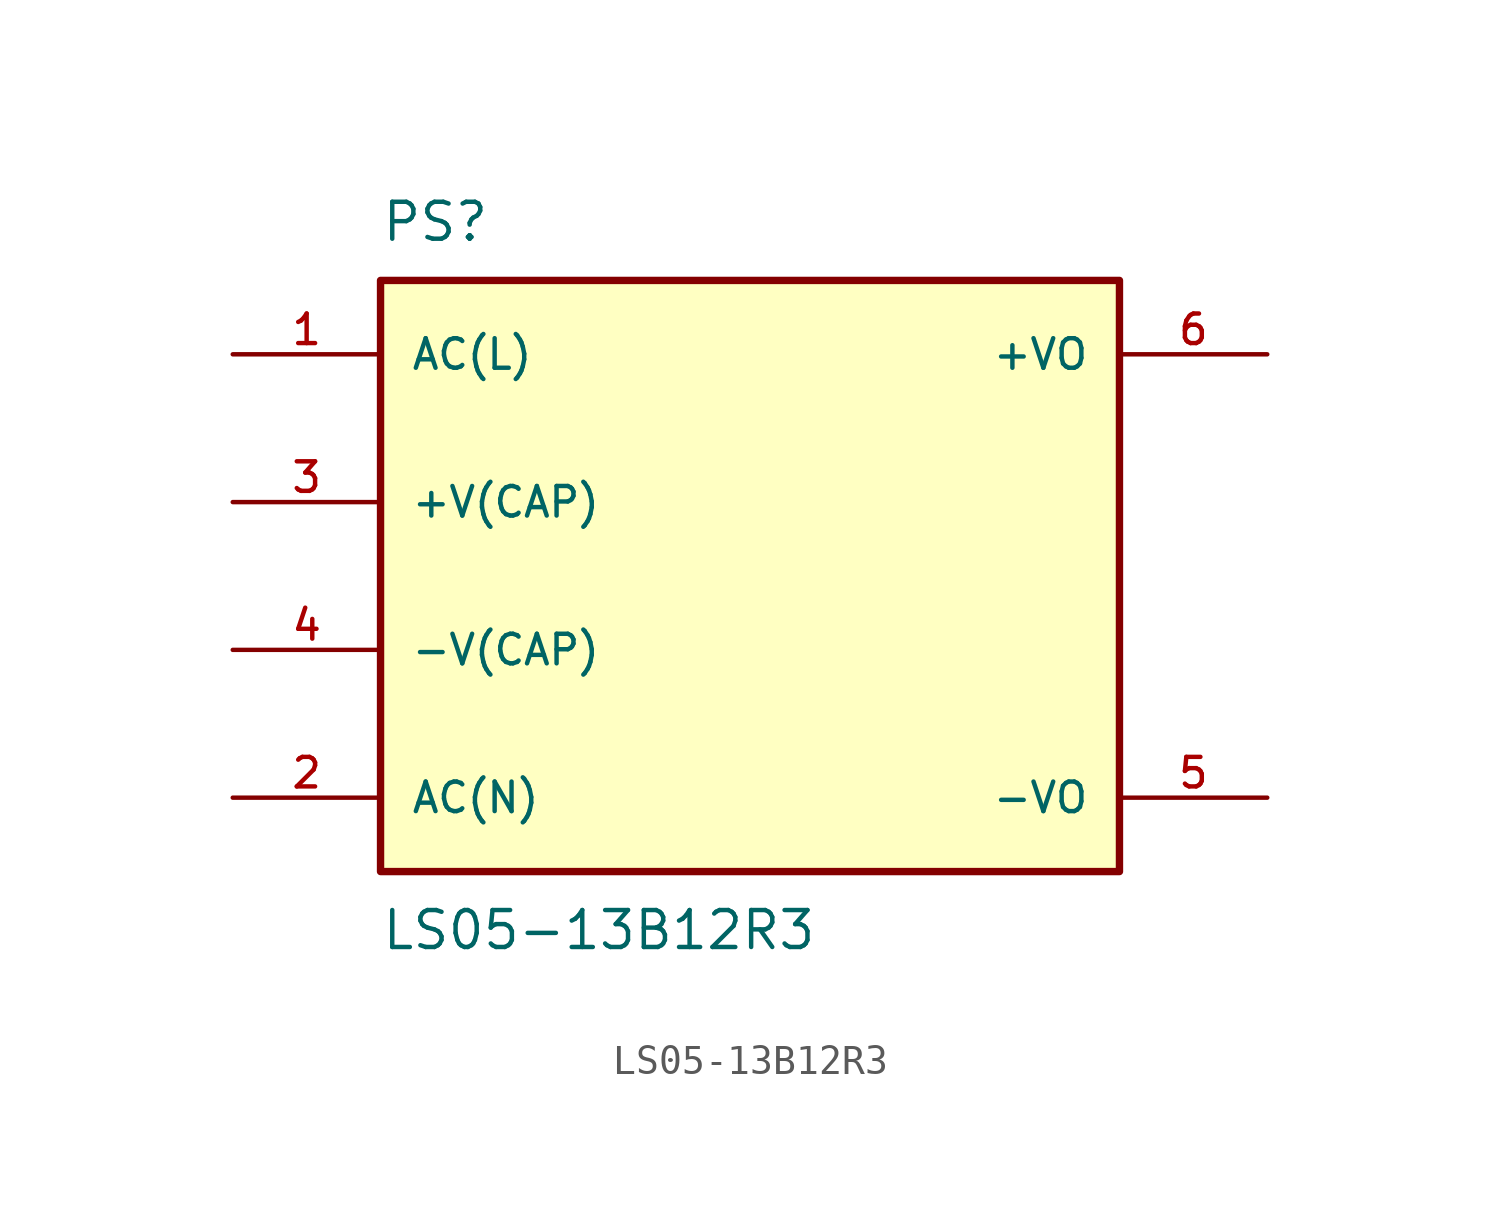
<source format=kicad_sym>
(kicad_symbol_lib
  (version 20211014)
  (generator kicad_symbol_editor)
  (symbol "LS05-13B12R3"
    (pin_names
      (offset 1.016))
    (property "Reference" "PS"
      (at -12.7 11.43 0)
      (effects (font (size 1.27 1.27)) (justify bottom left)))
    (property "Value" "LS05-13B12R3"
      (at -12.7 -11.43 0)
      (effects (font (size 1.27 1.27)) (justify top left)))
    (symbol "LS05-13B12R3_0_0"
      (rectangle (start -12.7 -10.16) (end 12.7 10.16) (stroke (width 0.254)) (fill (type background)))
      (pin input line (at -17.78 7.62 0) (length 5.08) (name "AC(L)" (effects (font (size 1.016 1.016)))) (number "1" (effects (font (size 1.016 1.016)))))
      (pin input line (at -17.78 -7.62 0) (length 5.08) (name "AC(N)" (effects (font (size 1.016 1.016)))) (number "2" (effects (font (size 1.016 1.016)))))
      (pin output line (at 17.78 7.62 180.0) (length 5.08) (name "+VO" (effects (font (size 1.016 1.016)))) (number "6" (effects (font (size 1.016 1.016)))))
      (pin output line (at 17.78 -7.62 180.0) (length 5.08) (name "-VO" (effects (font (size 1.016 1.016)))) (number "5" (effects (font (size 1.016 1.016)))))
      (pin passive line (at -17.78 2.54 0) (length 5.08) (name "+V(CAP)" (effects (font (size 1.016 1.016)))) (number "3" (effects (font (size 1.016 1.016)))))
      (pin passive line (at -17.78 -2.54 0) (length 5.08) (name "-V(CAP)" (effects (font (size 1.016 1.016)))) (number "4" (effects (font (size 1.016 1.016))))))))
</source>
